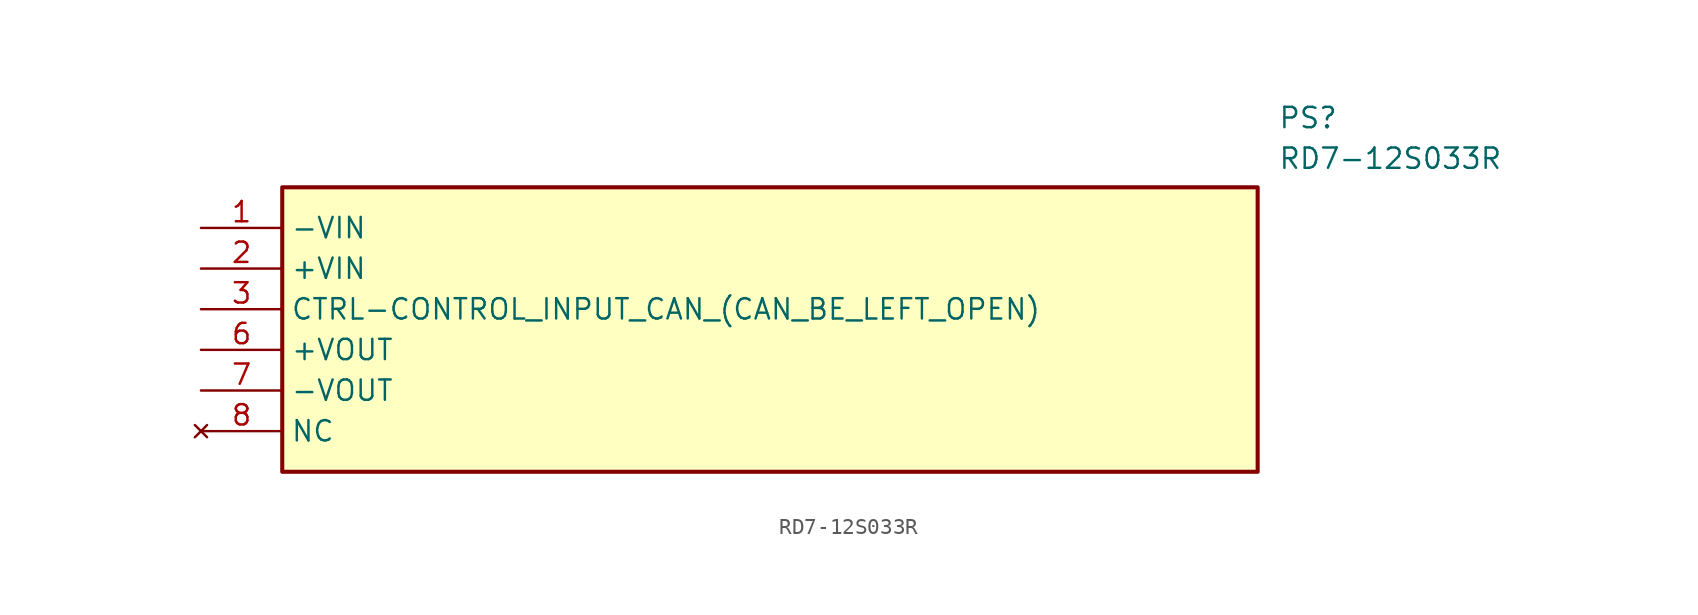
<source format=kicad_sym>
(kicad_symbol_lib
  (version 20211014)
  (generator SamacSys_ECAD_Model)
  (symbol "RD7-12S033R"
    (property "Reference" "PS"
      (at 67.31 7.62 0)
      (effects (font (size 1.27 1.27)) (justify left top)))
    (property "Value" "RD7-12S033R"
      (at 67.31 5.08 0)
      (effects (font (size 1.27 1.27)) (justify left top)))
    (rectangle
      (start 5.08 2.54)
      (end 66.04 -15.24)
      (stroke (width 0.254) (type default))
      (fill (type background)))
    (pin passive line
      (at 0 0 0)
      (length 5.08)
      (name "-VIN" (effects (font (size 1.27 1.27))))
      (number "1" (effects (font (size 1.27 1.27)))))
    (pin passive line
      (at 0 -2.54 0)
      (length 5.08)
      (name "+VIN" (effects (font (size 1.27 1.27))))
      (number "2" (effects (font (size 1.27 1.27)))))
    (pin passive line
      (at 0 -5.08 0)
      (length 5.08)
      (name "CTRL-CONTROL_INPUT_CAN_(CAN_BE_LEFT_OPEN)" (effects (font (size 1.27 1.27))))
      (number "3" (effects (font (size 1.27 1.27)))))
    (pin passive line
      (at 0 -7.62 0)
      (length 5.08)
      (name "+VOUT" (effects (font (size 1.27 1.27))))
      (number "6" (effects (font (size 1.27 1.27)))))
    (pin passive line
      (at 0 -10.16 0)
      (length 5.08)
      (name "-VOUT" (effects (font (size 1.27 1.27))))
      (number "7" (effects (font (size 1.27 1.27)))))
    (pin no_connect line
      (at 0 -12.7 0)
      (length 5.08)
      (name "NC" (effects (font (size 1.27 1.27))))
      (number "8" (effects (font (size 1.27 1.27)))))))
</source>
